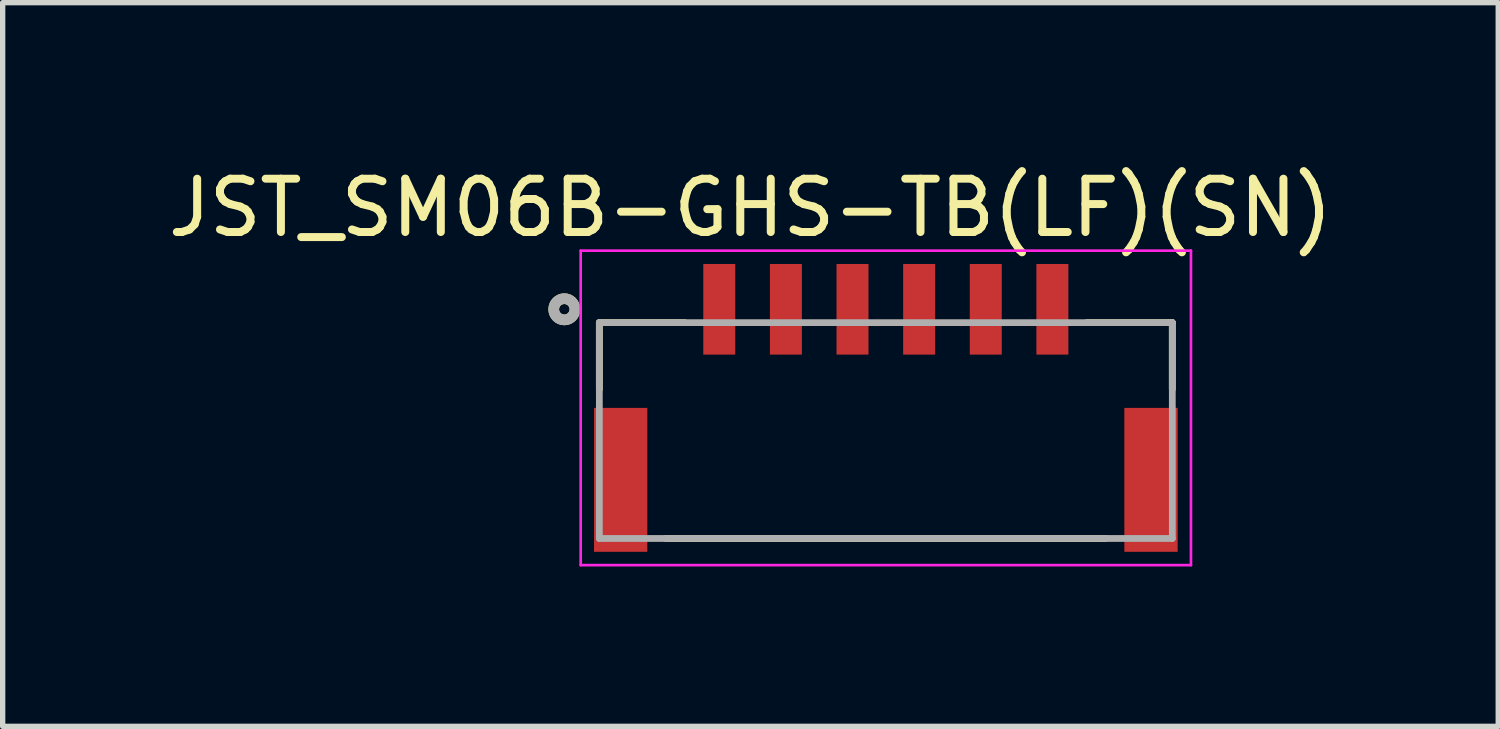
<source format=kicad_pcb>
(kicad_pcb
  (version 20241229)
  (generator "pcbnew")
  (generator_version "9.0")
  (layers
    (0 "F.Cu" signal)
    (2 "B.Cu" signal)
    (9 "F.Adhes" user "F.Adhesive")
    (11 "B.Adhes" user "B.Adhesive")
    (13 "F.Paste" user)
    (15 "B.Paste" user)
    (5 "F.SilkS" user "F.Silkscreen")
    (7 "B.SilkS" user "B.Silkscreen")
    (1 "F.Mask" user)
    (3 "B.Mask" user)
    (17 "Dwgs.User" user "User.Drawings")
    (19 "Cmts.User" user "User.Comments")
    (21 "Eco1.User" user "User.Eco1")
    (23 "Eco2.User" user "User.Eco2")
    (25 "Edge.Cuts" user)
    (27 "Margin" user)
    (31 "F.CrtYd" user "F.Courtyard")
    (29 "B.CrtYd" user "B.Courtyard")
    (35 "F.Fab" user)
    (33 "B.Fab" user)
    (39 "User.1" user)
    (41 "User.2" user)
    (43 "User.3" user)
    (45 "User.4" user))
  (footprint "JST_SM06B-GHS-TB(LF)(SN)"
    (layer "F.Cu")
    (at 13.57 4.628)
    (property "Reference" "JST_SM06B-GHS-TB(LF)(SN)" (at -2.54 -3.78 0) (layer "F.SilkS") (effects (font (size 1 1) (thickness 0.15))))
    (attr through_hole)
    (fp_line (start -5.375 -1.625) (end -5.375 -0.375) (stroke (width 0.127) (type solid)) (layer "F.SilkS"))
    (fp_line (start -5.375 -1.625) (end -3.775 -1.625) (stroke (width 0.127) (type solid)) (layer "F.SilkS"))
    (fp_line (start -4.125 2.425) (end 4.125 2.425) (stroke (width 0.127) (type solid)) (layer "F.SilkS"))
    (fp_line (start 5.375 -1.625) (end 3.775 -1.625) (stroke (width 0.127) (type solid)) (layer "F.SilkS"))
    (fp_line (start 5.375 -1.625) (end 5.375 -0.375) (stroke (width 0.127) (type solid)) (layer "F.SilkS"))
    (fp_circle (center -6.032 -1.875) (end -5.933 -1.875) (stroke (width 0.2) (type solid)) (fill no) (layer "F.SilkS"))
    (fp_line (start -5.725 -2.975) (end -5.725 2.925) (stroke (width 0.05) (type solid)) (layer "F.CrtYd"))
    (fp_line (start -5.725 2.925) (end 5.725 2.925) (stroke (width 0.05) (type solid)) (layer "F.CrtYd"))
    (fp_line (start 5.725 -2.975) (end -5.725 -2.975) (stroke (width 0.05) (type solid)) (layer "F.CrtYd"))
    (fp_line (start 5.725 2.925) (end 5.725 -2.975) (stroke (width 0.05) (type solid)) (layer "F.CrtYd"))
    (fp_line (start -5.375 -1.625) (end -5.375 2.425) (stroke (width 0.127) (type solid)) (layer "F.Fab"))
    (fp_line (start -5.375 2.425) (end 5.375 2.425) (stroke (width 0.127) (type solid)) (layer "F.Fab"))
    (fp_line (start 5.375 -1.625) (end -5.375 -1.625) (stroke (width 0.127) (type solid)) (layer "F.Fab"))
    (fp_line (start 5.375 2.425) (end 5.375 -1.625) (stroke (width 0.127) (type solid)) (layer "F.Fab"))
    (fp_circle (center -6.032 -1.875) (end -5.933 -1.875) (stroke (width 0.2) (type solid)) (fill no) (layer "F.Fab"))
    (pad "1" smd rect (at -3.125 -1.875 180) (size 0.6 1.7) (layers "F.Cu" "F.Mask" "F.Paste"))
    (pad "2" smd rect (at -1.875 -1.875 180) (size 0.6 1.7) (layers "F.Cu" "F.Mask" "F.Paste"))
    (pad "3" smd rect (at -0.625 -1.875 180) (size 0.6 1.7) (layers "F.Cu" "F.Mask" "F.Paste"))
    (pad "4" smd rect (at 0.625 -1.875 180) (size 0.6 1.7) (layers "F.Cu" "F.Mask" "F.Paste"))
    (pad "5" smd rect (at 1.875 -1.875 180) (size 0.6 1.7) (layers "F.Cu" "F.Mask" "F.Paste"))
    (pad "6" smd rect (at 3.125 -1.875 180) (size 0.6 1.7) (layers "F.Cu" "F.Mask" "F.Paste"))
    (pad "S1" smd rect (at -4.975 1.325 180) (size 1 2.7) (layers "F.Cu" "F.Mask" "F.Paste"))
    (pad "S2" smd rect (at 4.975 1.325 180) (size 1 2.7) (layers "F.Cu" "F.Mask" "F.Paste")))
  (gr_rect
    (start -3 -3)
    (end 25.06 10.578)
    (stroke (width 0.1) (type default))
    (fill no)
    (layer "Edge.Cuts")))
</source>
